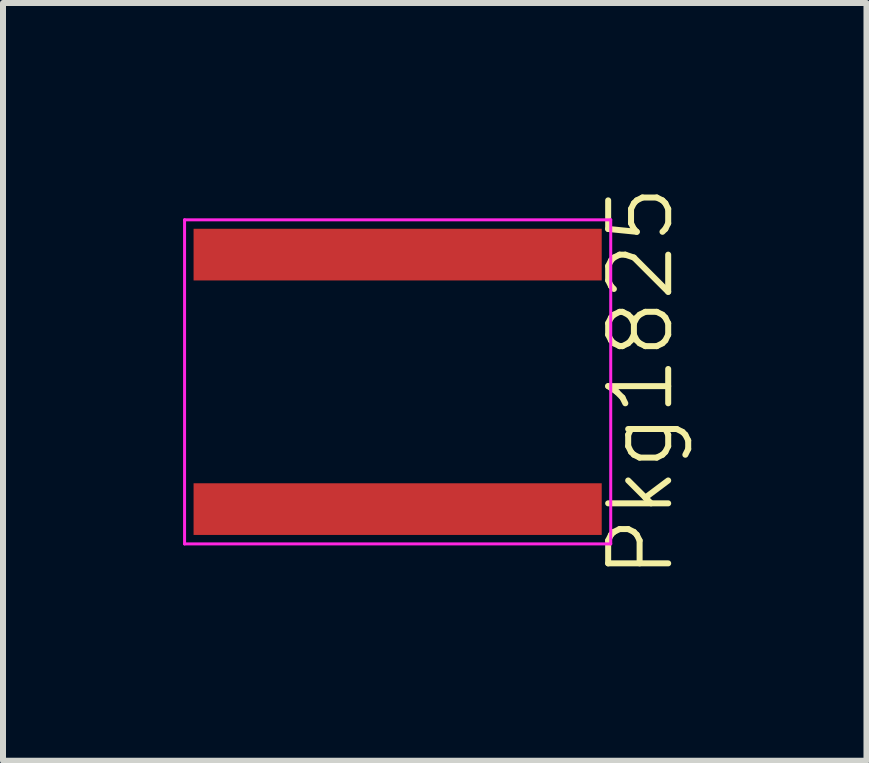
<source format=kicad_pcb>
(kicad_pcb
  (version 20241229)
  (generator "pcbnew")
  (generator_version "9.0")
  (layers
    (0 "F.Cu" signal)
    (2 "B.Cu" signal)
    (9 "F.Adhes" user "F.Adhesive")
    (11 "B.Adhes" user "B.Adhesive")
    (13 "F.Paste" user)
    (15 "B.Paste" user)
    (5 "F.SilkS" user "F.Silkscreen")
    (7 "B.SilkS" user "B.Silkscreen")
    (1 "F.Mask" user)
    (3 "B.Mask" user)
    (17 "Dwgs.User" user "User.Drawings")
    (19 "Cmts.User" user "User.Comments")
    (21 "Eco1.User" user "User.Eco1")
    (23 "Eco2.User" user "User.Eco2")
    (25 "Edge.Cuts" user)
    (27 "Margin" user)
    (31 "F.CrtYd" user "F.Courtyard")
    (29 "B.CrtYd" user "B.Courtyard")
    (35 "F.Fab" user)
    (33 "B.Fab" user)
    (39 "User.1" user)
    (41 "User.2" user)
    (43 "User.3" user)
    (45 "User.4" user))
  (footprint "Pkg1825"
    (layer "F.Cu")
    (at 3.575 3.312)
    (property "Reference" "Pkg1825" (at 4.05 0 90) (layer "F.SilkS") (effects (font (size 1 1) (thickness 0.1))))
    (fp_line (start -3.55 -2.7) (end -3.55 2.7) (stroke (width 0.05) (type solid)) (layer "F.CrtYd"))
    (fp_line (start -3.55 2.7) (end 3.55 2.7) (stroke (width 0.05) (type solid)) (layer "F.CrtYd"))
    (fp_line (start 3.55 -2.7) (end -3.55 -2.7) (stroke (width 0.05) (type solid)) (layer "F.CrtYd"))
    (fp_line (start 3.55 2.7) (end 3.55 -2.7) (stroke (width 0.05) (type solid)) (layer "F.CrtYd"))
    (pad "1" smd rect (at 0 -2.12) (size 6.8 0.861) (layers "F.Cu" "F.Mask" "F.Paste"))
    (pad "2" smd rect (at 0 2.12) (size 6.8 0.861) (layers "F.Cu" "F.Mask" "F.Paste")))
  (gr_rect
    (start -3 -3)
    (end 11.386 9.624)
    (stroke (width 0.1) (type default))
    (fill no)
    (layer "Edge.Cuts")))
</source>
